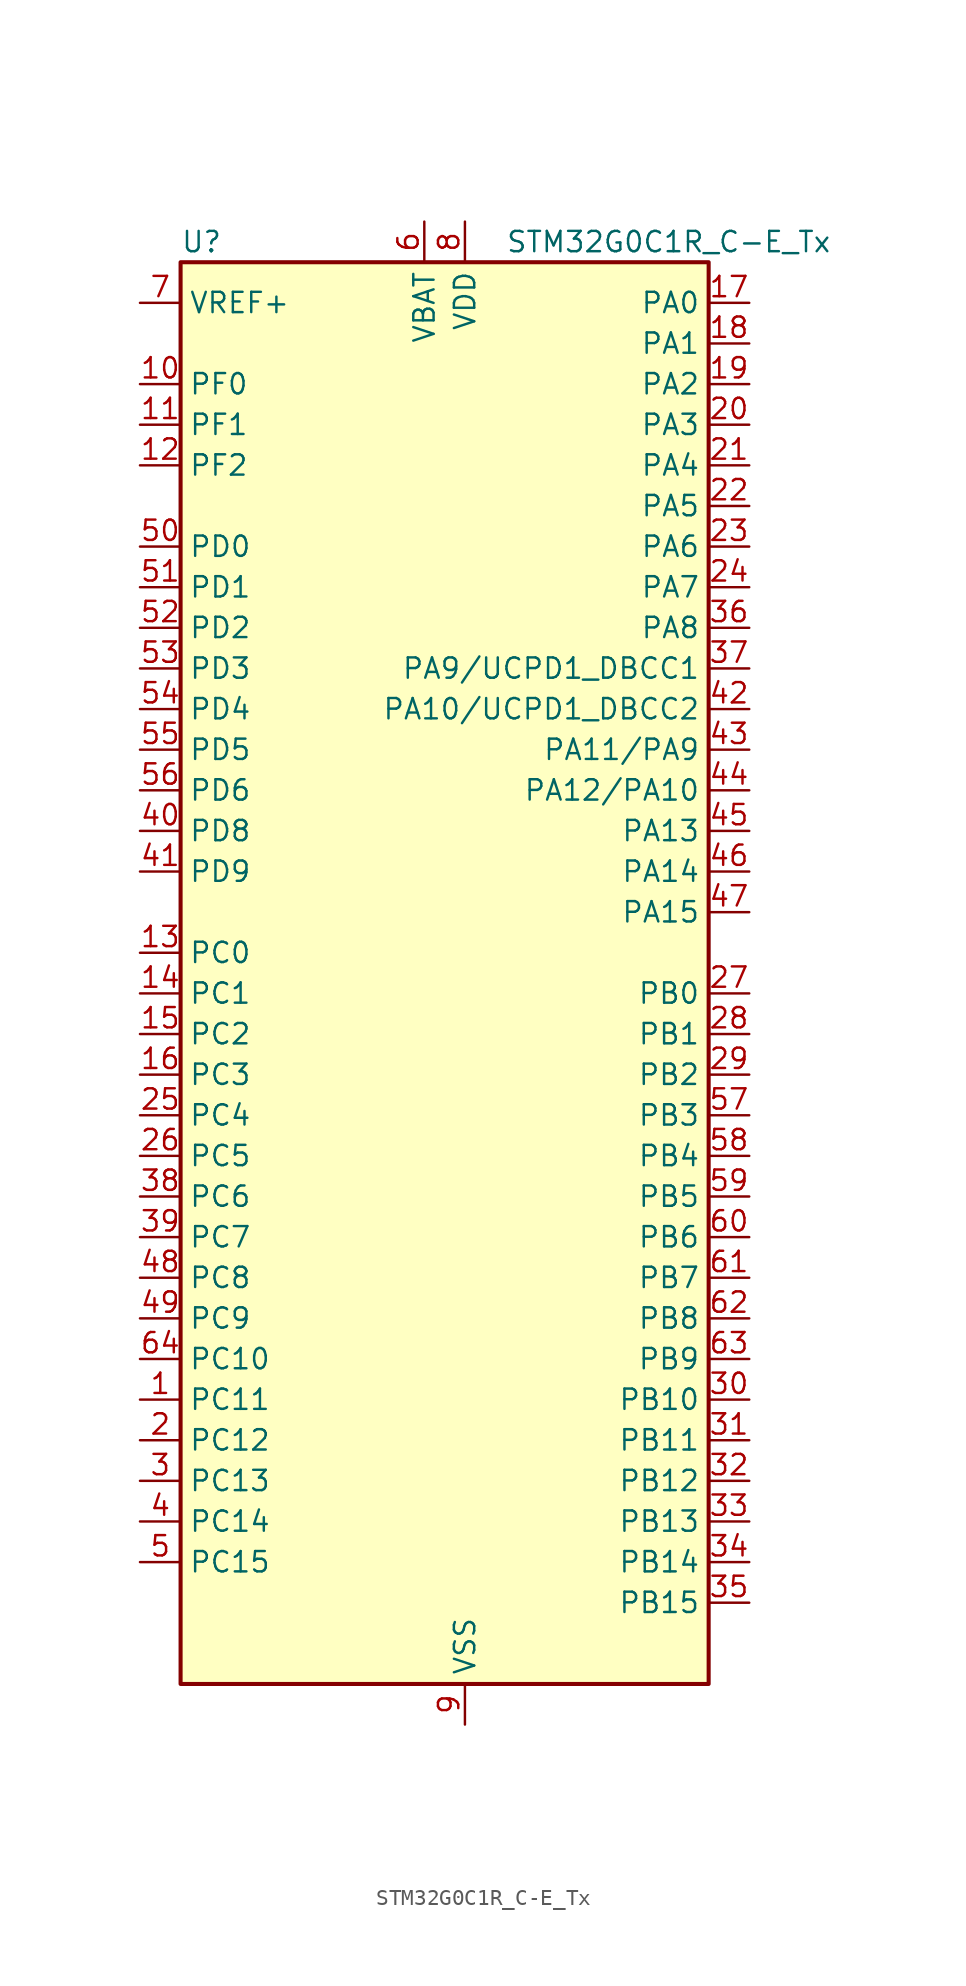
<source format=kicad_sym>
(kicad_symbol_lib
  (version 20220914)
  (generator kicad_symbol_editor)
  (symbol "STM32G0C1R_C-E_Tx"
    (property "Reference" "U"
      (at -15.24 46.99 0)
      (effects (font (size 1.27 1.27)) (justify left)))
    (property "Value" "STM32G0C1R_C-E_Tx"
      (at 5.08 46.99 0)
      (effects (font (size 1.27 1.27)) (justify left)))
    (property "ki_locked" ""
      (at 0 0 0)
      (effects (font (size 1.27 1.27))))
    (symbol "STM32G0C1R_C-E_Tx_0_1"
      (rectangle (start -15.24 -43.18) (end 17.78 45.72) (stroke (width 0.254) (type default)) (fill (type background))))
    (symbol "STM32G0C1R_C-E_Tx_1_1"
      (pin bidirectional line (at -17.78 -25.4 0) (length 2.54) (name "PC11" (effects (font (size 1.27 1.27)))) (number "1" (effects (font (size 1.27 1.27)))) (alternate "ADC1_EXTI11" bidirectional line) (alternate "SPI3_MISO" bidirectional line) (alternate "TIM1_CH4" bidirectional line) (alternate "USART3_RX" bidirectional line) (alternate "USART4_RX" bidirectional line))
      (pin bidirectional line (at -17.78 38.1 0) (length 2.54) (name "PF0" (effects (font (size 1.27 1.27)))) (number "10" (effects (font (size 1.27 1.27)))) (alternate "CRS1_SYNC" bidirectional line) (alternate "RCC_OSC_IN" bidirectional line) (alternate "TIM14_CH1" bidirectional line))
      (pin bidirectional line (at -17.78 35.56 0) (length 2.54) (name "PF1" (effects (font (size 1.27 1.27)))) (number "11" (effects (font (size 1.27 1.27)))) (alternate "RCC_OSC_EN" bidirectional line) (alternate "RCC_OSC_OUT" bidirectional line) (alternate "TIM15_CH1N" bidirectional line))
      (pin bidirectional line (at -17.78 33.02 0) (length 2.54) (name "PF2" (effects (font (size 1.27 1.27)))) (number "12" (effects (font (size 1.27 1.27)))) (alternate "LPUART2_DE" bidirectional line) (alternate "LPUART2_RTS" bidirectional line) (alternate "LPUART2_TX" bidirectional line) (alternate "RCC_MCO" bidirectional line))
      (pin bidirectional line (at -17.78 2.54 0) (length 2.54) (name "PC0" (effects (font (size 1.27 1.27)))) (number "13" (effects (font (size 1.27 1.27)))) (alternate "COMP3_INM" bidirectional line) (alternate "COMP3_OUT" bidirectional line) (alternate "I2C3_SCL" bidirectional line) (alternate "LPTIM1_IN1" bidirectional line) (alternate "LPTIM2_IN1" bidirectional line) (alternate "LPUART1_RX" bidirectional line) (alternate "LPUART2_TX" bidirectional line) (alternate "USART6_TX" bidirectional line))
      (pin bidirectional line (at -17.78 0 0) (length 2.54) (name "PC1" (effects (font (size 1.27 1.27)))) (number "14" (effects (font (size 1.27 1.27)))) (alternate "COMP3_INP" bidirectional line) (alternate "I2C3_SDA" bidirectional line) (alternate "LPTIM1_OUT" bidirectional line) (alternate "LPUART1_TX" bidirectional line) (alternate "LPUART2_RX" bidirectional line) (alternate "TIM15_CH1" bidirectional line) (alternate "USART6_RX" bidirectional line))
      (pin bidirectional line (at -17.78 -2.54 0) (length 2.54) (name "PC2" (effects (font (size 1.27 1.27)))) (number "15" (effects (font (size 1.27 1.27)))) (alternate "COMP3_OUT" bidirectional line) (alternate "FDCAN2_RX" bidirectional line) (alternate "I2S2_MCK" bidirectional line) (alternate "LPTIM1_IN2" bidirectional line) (alternate "SPI2_MISO" bidirectional line) (alternate "TIM15_CH2" bidirectional line))
      (pin bidirectional line (at -17.78 -5.08 0) (length 2.54) (name "PC3" (effects (font (size 1.27 1.27)))) (number "16" (effects (font (size 1.27 1.27)))) (alternate "FDCAN2_TX" bidirectional line) (alternate "I2S2_SD" bidirectional line) (alternate "LPTIM1_ETR" bidirectional line) (alternate "LPTIM2_ETR" bidirectional line) (alternate "SPI2_MOSI" bidirectional line))
      (pin bidirectional line (at 20.32 43.18 180) (length 2.54) (name "PA0" (effects (font (size 1.27 1.27)))) (number "17" (effects (font (size 1.27 1.27)))) (alternate "ADC1_IN0" bidirectional line) (alternate "COMP1_INM" bidirectional line) (alternate "COMP1_OUT" bidirectional line) (alternate "I2S2_CK" bidirectional line) (alternate "LPTIM1_OUT" bidirectional line) (alternate "RTC_TAMP_IN2" bidirectional line) (alternate "SPI2_SCK" bidirectional line) (alternate "SYS_WKUP1" bidirectional line) (alternate "TIM2_CH1" bidirectional line) (alternate "TIM2_ETR" bidirectional line) (alternate "UCPD2_FRSTX1" bidirectional line) (alternate "UCPD2_FRSTX2" bidirectional line) (alternate "USART2_CTS" bidirectional line) (alternate "USART2_NSS" bidirectional line) (alternate "USART4_TX" bidirectional line))
      (pin bidirectional line (at 20.32 40.64 180) (length 2.54) (name "PA1" (effects (font (size 1.27 1.27)))) (number "18" (effects (font (size 1.27 1.27)))) (alternate "ADC1_IN1" bidirectional line) (alternate "COMP1_INP" bidirectional line) (alternate "I2C1_SMBA" bidirectional line) (alternate "I2S1_CK" bidirectional line) (alternate "SPI1_SCK" bidirectional line) (alternate "TIM15_CH1N" bidirectional line) (alternate "TIM2_CH2" bidirectional line) (alternate "USART2_CK" bidirectional line) (alternate "USART2_DE" bidirectional line) (alternate "USART2_RTS" bidirectional line) (alternate "USART4_RX" bidirectional line))
      (pin bidirectional line (at 20.32 38.1 180) (length 2.54) (name "PA2" (effects (font (size 1.27 1.27)))) (number "19" (effects (font (size 1.27 1.27)))) (alternate "ADC1_IN2" bidirectional line) (alternate "COMP2_INM" bidirectional line) (alternate "COMP2_OUT" bidirectional line) (alternate "I2S1_SD" bidirectional line) (alternate "LPUART1_TX" bidirectional line) (alternate "RCC_LSCO" bidirectional line) (alternate "SPI1_MOSI" bidirectional line) (alternate "SYS_WKUP4" bidirectional line) (alternate "TIM15_CH1" bidirectional line) (alternate "TIM2_CH3" bidirectional line) (alternate "UCPD1_FRSTX1" bidirectional line) (alternate "UCPD1_FRSTX2" bidirectional line) (alternate "USART2_TX" bidirectional line))
      (pin bidirectional line (at -17.78 -27.94 0) (length 2.54) (name "PC12" (effects (font (size 1.27 1.27)))) (number "2" (effects (font (size 1.27 1.27)))) (alternate "LPTIM1_IN1" bidirectional line) (alternate "SPI3_MOSI" bidirectional line) (alternate "TIM14_CH1" bidirectional line) (alternate "UCPD1_FRSTX1" bidirectional line) (alternate "UCPD1_FRSTX2" bidirectional line) (alternate "USART5_TX" bidirectional line))
      (pin bidirectional line (at 20.32 35.56 180) (length 2.54) (name "PA3" (effects (font (size 1.27 1.27)))) (number "20" (effects (font (size 1.27 1.27)))) (alternate "ADC1_IN3" bidirectional line) (alternate "COMP2_INP" bidirectional line) (alternate "I2S2_MCK" bidirectional line) (alternate "LPUART1_RX" bidirectional line) (alternate "SPI2_MISO" bidirectional line) (alternate "TIM15_CH2" bidirectional line) (alternate "TIM2_CH4" bidirectional line) (alternate "UCPD2_FRSTX1" bidirectional line) (alternate "UCPD2_FRSTX2" bidirectional line) (alternate "USART2_RX" bidirectional line))
      (pin bidirectional line (at 20.32 33.02 180) (length 2.54) (name "PA4" (effects (font (size 1.27 1.27)))) (number "21" (effects (font (size 1.27 1.27)))) (alternate "ADC1_IN4" bidirectional line) (alternate "DAC1_OUT1" bidirectional line) (alternate "I2S1_WS" bidirectional line) (alternate "I2S2_SD" bidirectional line) (alternate "LPTIM2_OUT" bidirectional line) (alternate "RTC_OUT2" bidirectional line) (alternate "SPI1_NSS" bidirectional line) (alternate "SPI2_MOSI" bidirectional line) (alternate "SPI3_NSS" bidirectional line) (alternate "TIM14_CH1" bidirectional line) (alternate "UCPD2_FRSTX1" bidirectional line) (alternate "UCPD2_FRSTX2" bidirectional line) (alternate "USART6_TX" bidirectional line) (alternate "USB_NOE" bidirectional line))
      (pin bidirectional line (at 20.32 30.48 180) (length 2.54) (name "PA5" (effects (font (size 1.27 1.27)))) (number "22" (effects (font (size 1.27 1.27)))) (alternate "ADC1_IN5" bidirectional line) (alternate "CEC" bidirectional line) (alternate "DAC1_OUT2" bidirectional line) (alternate "I2S1_CK" bidirectional line) (alternate "LPTIM2_ETR" bidirectional line) (alternate "SPI1_SCK" bidirectional line) (alternate "TIM2_CH1" bidirectional line) (alternate "TIM2_ETR" bidirectional line) (alternate "UCPD1_FRSTX1" bidirectional line) (alternate "UCPD1_FRSTX2" bidirectional line) (alternate "USART3_TX" bidirectional line) (alternate "USART6_RX" bidirectional line))
      (pin bidirectional line (at 20.32 27.94 180) (length 2.54) (name "PA6" (effects (font (size 1.27 1.27)))) (number "23" (effects (font (size 1.27 1.27)))) (alternate "ADC1_IN6" bidirectional line) (alternate "COMP1_OUT" bidirectional line) (alternate "I2C2_SDA" bidirectional line) (alternate "I2C3_SDA" bidirectional line) (alternate "I2S1_MCK" bidirectional line) (alternate "LPUART1_CTS" bidirectional line) (alternate "SPI1_MISO" bidirectional line) (alternate "TIM16_CH1" bidirectional line) (alternate "TIM1_BK" bidirectional line) (alternate "TIM3_CH1" bidirectional line) (alternate "USART3_CTS" bidirectional line) (alternate "USART3_NSS" bidirectional line) (alternate "USART6_CTS" bidirectional line) (alternate "USART6_NSS" bidirectional line))
      (pin bidirectional line (at 20.32 25.4 180) (length 2.54) (name "PA7" (effects (font (size 1.27 1.27)))) (number "24" (effects (font (size 1.27 1.27)))) (alternate "ADC1_IN7" bidirectional line) (alternate "COMP2_OUT" bidirectional line) (alternate "I2C2_SCL" bidirectional line) (alternate "I2C3_SCL" bidirectional line) (alternate "I2S1_SD" bidirectional line) (alternate "SPI1_MOSI" bidirectional line) (alternate "TIM14_CH1" bidirectional line) (alternate "TIM17_CH1" bidirectional line) (alternate "TIM1_CH1N" bidirectional line) (alternate "TIM3_CH2" bidirectional line) (alternate "UCPD1_FRSTX1" bidirectional line) (alternate "UCPD1_FRSTX2" bidirectional line) (alternate "USART6_CK" bidirectional line) (alternate "USART6_DE" bidirectional line) (alternate "USART6_RTS" bidirectional line))
      (pin bidirectional line (at -17.78 -7.62 0) (length 2.54) (name "PC4" (effects (font (size 1.27 1.27)))) (number "25" (effects (font (size 1.27 1.27)))) (alternate "ADC1_IN17" bidirectional line) (alternate "COMP1_INM" bidirectional line) (alternate "FDCAN1_RX" bidirectional line) (alternate "TIM2_CH1" bidirectional line) (alternate "TIM2_ETR" bidirectional line) (alternate "USART1_TX" bidirectional line) (alternate "USART3_TX" bidirectional line))
      (pin bidirectional line (at -17.78 -10.16 0) (length 2.54) (name "PC5" (effects (font (size 1.27 1.27)))) (number "26" (effects (font (size 1.27 1.27)))) (alternate "ADC1_IN18" bidirectional line) (alternate "COMP1_INP" bidirectional line) (alternate "FDCAN1_TX" bidirectional line) (alternate "SYS_WKUP5" bidirectional line) (alternate "TIM2_CH2" bidirectional line) (alternate "USART1_RX" bidirectional line) (alternate "USART3_RX" bidirectional line))
      (pin bidirectional line (at 20.32 0 180) (length 2.54) (name "PB0" (effects (font (size 1.27 1.27)))) (number "27" (effects (font (size 1.27 1.27)))) (alternate "ADC1_IN8" bidirectional line) (alternate "COMP1_OUT" bidirectional line) (alternate "COMP3_INP" bidirectional line) (alternate "FDCAN2_RX" bidirectional line) (alternate "I2S1_WS" bidirectional line) (alternate "LPTIM1_OUT" bidirectional line) (alternate "LPUART2_CTS" bidirectional line) (alternate "SPI1_NSS" bidirectional line) (alternate "TIM1_CH2N" bidirectional line) (alternate "TIM3_CH3" bidirectional line) (alternate "UCPD1_FRSTX1" bidirectional line) (alternate "UCPD1_FRSTX2" bidirectional line) (alternate "USART3_RX" bidirectional line) (alternate "USART5_TX" bidirectional line))
      (pin bidirectional line (at 20.32 -2.54 180) (length 2.54) (name "PB1" (effects (font (size 1.27 1.27)))) (number "28" (effects (font (size 1.27 1.27)))) (alternate "ADC1_IN9" bidirectional line) (alternate "COMP1_INM" bidirectional line) (alternate "COMP3_OUT" bidirectional line) (alternate "FDCAN2_TX" bidirectional line) (alternate "LPTIM2_IN1" bidirectional line) (alternate "LPUART1_DE" bidirectional line) (alternate "LPUART1_RTS" bidirectional line) (alternate "LPUART2_DE" bidirectional line) (alternate "LPUART2_RTS" bidirectional line) (alternate "TIM14_CH1" bidirectional line) (alternate "TIM1_CH3N" bidirectional line) (alternate "TIM3_CH4" bidirectional line) (alternate "USART3_CK" bidirectional line) (alternate "USART3_DE" bidirectional line) (alternate "USART3_RTS" bidirectional line) (alternate "USART5_RX" bidirectional line))
      (pin bidirectional line (at 20.32 -5.08 180) (length 2.54) (name "PB2" (effects (font (size 1.27 1.27)))) (number "29" (effects (font (size 1.27 1.27)))) (alternate "ADC1_IN10" bidirectional line) (alternate "COMP1_INP" bidirectional line) (alternate "COMP3_INM" bidirectional line) (alternate "I2S2_MCK" bidirectional line) (alternate "LPTIM1_OUT" bidirectional line) (alternate "RCC_MCO_2" bidirectional line) (alternate "SPI2_MISO" bidirectional line) (alternate "USART3_TX" bidirectional line))
      (pin bidirectional line (at -17.78 -30.48 0) (length 2.54) (name "PC13" (effects (font (size 1.27 1.27)))) (number "3" (effects (font (size 1.27 1.27)))) (alternate "RTC_OUT1" bidirectional line) (alternate "RTC_TAMP_IN1" bidirectional line) (alternate "RTC_TS" bidirectional line) (alternate "SYS_WKUP2" bidirectional line) (alternate "TIM1_BK" bidirectional line))
      (pin bidirectional line (at 20.32 -25.4 180) (length 2.54) (name "PB10" (effects (font (size 1.27 1.27)))) (number "30" (effects (font (size 1.27 1.27)))) (alternate "ADC1_IN11" bidirectional line) (alternate "CEC" bidirectional line) (alternate "COMP1_OUT" bidirectional line) (alternate "I2C2_SCL" bidirectional line) (alternate "I2S2_CK" bidirectional line) (alternate "LPUART1_RX" bidirectional line) (alternate "SPI2_SCK" bidirectional line) (alternate "TIM2_CH3" bidirectional line) (alternate "USART3_TX" bidirectional line))
      (pin bidirectional line (at 20.32 -27.94 180) (length 2.54) (name "PB11" (effects (font (size 1.27 1.27)))) (number "31" (effects (font (size 1.27 1.27)))) (alternate "ADC1_EXTI11" bidirectional line) (alternate "ADC1_IN15" bidirectional line) (alternate "COMP2_OUT" bidirectional line) (alternate "I2C2_SDA" bidirectional line) (alternate "I2S2_SD" bidirectional line) (alternate "LPUART1_TX" bidirectional line) (alternate "SPI2_MOSI" bidirectional line) (alternate "TIM2_CH4" bidirectional line) (alternate "USART3_RX" bidirectional line))
      (pin bidirectional line (at 20.32 -30.48 180) (length 2.54) (name "PB12" (effects (font (size 1.27 1.27)))) (number "32" (effects (font (size 1.27 1.27)))) (alternate "ADC1_IN16" bidirectional line) (alternate "FDCAN2_RX" bidirectional line) (alternate "I2C2_SMBA" bidirectional line) (alternate "I2S2_WS" bidirectional line) (alternate "LPUART1_DE" bidirectional line) (alternate "LPUART1_RTS" bidirectional line) (alternate "SPI2_NSS" bidirectional line) (alternate "TIM15_BK" bidirectional line) (alternate "TIM1_BK" bidirectional line) (alternate "UCPD2_FRSTX1" bidirectional line) (alternate "UCPD2_FRSTX2" bidirectional line))
      (pin bidirectional line (at 20.32 -33.02 180) (length 2.54) (name "PB13" (effects (font (size 1.27 1.27)))) (number "33" (effects (font (size 1.27 1.27)))) (alternate "FDCAN2_TX" bidirectional line) (alternate "I2C2_SCL" bidirectional line) (alternate "I2S2_CK" bidirectional line) (alternate "LPUART1_CTS" bidirectional line) (alternate "SPI2_SCK" bidirectional line) (alternate "TIM15_CH1N" bidirectional line) (alternate "TIM1_CH1N" bidirectional line) (alternate "USART3_CTS" bidirectional line) (alternate "USART3_NSS" bidirectional line))
      (pin bidirectional line (at 20.32 -35.56 180) (length 2.54) (name "PB14" (effects (font (size 1.27 1.27)))) (number "34" (effects (font (size 1.27 1.27)))) (alternate "I2C2_SDA" bidirectional line) (alternate "I2S2_MCK" bidirectional line) (alternate "SPI2_MISO" bidirectional line) (alternate "TIM15_CH1" bidirectional line) (alternate "TIM1_CH2N" bidirectional line) (alternate "UCPD1_FRSTX1" bidirectional line) (alternate "UCPD1_FRSTX2" bidirectional line) (alternate "USART3_CK" bidirectional line) (alternate "USART3_DE" bidirectional line) (alternate "USART3_RTS" bidirectional line) (alternate "USART6_CK" bidirectional line) (alternate "USART6_DE" bidirectional line) (alternate "USART6_RTS" bidirectional line))
      (pin bidirectional line (at 20.32 -38.1 180) (length 2.54) (name "PB15" (effects (font (size 1.27 1.27)))) (number "35" (effects (font (size 1.27 1.27)))) (alternate "I2S2_SD" bidirectional line) (alternate "RTC_REFIN" bidirectional line) (alternate "SPI2_MOSI" bidirectional line) (alternate "TIM15_CH1N" bidirectional line) (alternate "TIM15_CH2" bidirectional line) (alternate "TIM1_CH3N" bidirectional line) (alternate "UCPD1_CC2" bidirectional line) (alternate "USART6_CTS" bidirectional line) (alternate "USART6_NSS" bidirectional line))
      (pin bidirectional line (at 20.32 22.86 180) (length 2.54) (name "PA8" (effects (font (size 1.27 1.27)))) (number "36" (effects (font (size 1.27 1.27)))) (alternate "CRS1_SYNC" bidirectional line) (alternate "I2C2_SMBA" bidirectional line) (alternate "I2S2_WS" bidirectional line) (alternate "LPTIM2_OUT" bidirectional line) (alternate "RCC_MCO" bidirectional line) (alternate "SPI2_NSS" bidirectional line) (alternate "TIM1_CH1" bidirectional line) (alternate "UCPD1_CC1" bidirectional line))
      (pin bidirectional line (at 20.32 20.32 180) (length 2.54) (name "PA9/UCPD1_DBCC1" (effects (font (size 1.27 1.27)))) (number "37" (effects (font (size 1.27 1.27)))) (alternate "DAC1_EXTI9" bidirectional line) (alternate "I2C1_SCL" bidirectional line) (alternate "I2C2_SCL" bidirectional line) (alternate "I2S2_MCK" bidirectional line) (alternate "RCC_MCO" bidirectional line) (alternate "SPI2_MISO" bidirectional line) (alternate "TIM15_BK" bidirectional line) (alternate "TIM1_CH2" bidirectional line) (alternate "UCPD1_DBCC1" bidirectional line) (alternate "USART1_TX" bidirectional line))
      (pin bidirectional line (at -17.78 -12.7 0) (length 2.54) (name "PC6" (effects (font (size 1.27 1.27)))) (number "38" (effects (font (size 1.27 1.27)))) (alternate "LPUART2_TX" bidirectional line) (alternate "TIM2_CH3" bidirectional line) (alternate "TIM3_CH1" bidirectional line) (alternate "UCPD1_FRSTX1" bidirectional line) (alternate "UCPD1_FRSTX2" bidirectional line))
      (pin bidirectional line (at -17.78 -15.24 0) (length 2.54) (name "PC7" (effects (font (size 1.27 1.27)))) (number "39" (effects (font (size 1.27 1.27)))) (alternate "LPUART2_RX" bidirectional line) (alternate "TIM2_CH4" bidirectional line) (alternate "TIM3_CH2" bidirectional line) (alternate "UCPD2_FRSTX1" bidirectional line) (alternate "UCPD2_FRSTX2" bidirectional line))
      (pin bidirectional line (at -17.78 -33.02 0) (length 2.54) (name "PC14" (effects (font (size 1.27 1.27)))) (number "4" (effects (font (size 1.27 1.27)))) (alternate "RCC_OSC32_IN" bidirectional line) (alternate "TIM1_BK2" bidirectional line))
      (pin bidirectional line (at -17.78 10.16 0) (length 2.54) (name "PD8" (effects (font (size 1.27 1.27)))) (number "40" (effects (font (size 1.27 1.27)))) (alternate "I2S1_CK" bidirectional line) (alternate "LPTIM1_OUT" bidirectional line) (alternate "SPI1_SCK" bidirectional line) (alternate "USART3_TX" bidirectional line))
      (pin bidirectional line (at -17.78 7.62 0) (length 2.54) (name "PD9" (effects (font (size 1.27 1.27)))) (number "41" (effects (font (size 1.27 1.27)))) (alternate "DAC1_EXTI9" bidirectional line) (alternate "I2S1_WS" bidirectional line) (alternate "SPI1_NSS" bidirectional line) (alternate "TIM1_BK2" bidirectional line) (alternate "USART3_RX" bidirectional line))
      (pin bidirectional line (at 20.32 17.78 180) (length 2.54) (name "PA10/UCPD1_DBCC2" (effects (font (size 1.27 1.27)))) (number "42" (effects (font (size 1.27 1.27)))) (alternate "I2C1_SDA" bidirectional line) (alternate "I2C2_SDA" bidirectional line) (alternate "I2S2_SD" bidirectional line) (alternate "RCC_MCO_2" bidirectional line) (alternate "SPI2_MOSI" bidirectional line) (alternate "TIM17_BK" bidirectional line) (alternate "TIM1_CH3" bidirectional line) (alternate "UCPD1_DBCC2" bidirectional line) (alternate "USART1_RX" bidirectional line))
      (pin bidirectional line (at 20.32 15.24 180) (length 2.54) (name "PA11/PA9" (effects (font (size 1.27 1.27)))) (number "43" (effects (font (size 1.27 1.27)))) (alternate "ADC1_EXTI11" bidirectional line) (alternate "COMP1_OUT" bidirectional line) (alternate "FDCAN1_RX" bidirectional line) (alternate "I2C2_SCL" bidirectional line) (alternate "I2S1_MCK" bidirectional line) (alternate "SPI1_MISO" bidirectional line) (alternate "TIM1_BK2" bidirectional line) (alternate "TIM1_CH4" bidirectional line) (alternate "USART1_CTS" bidirectional line) (alternate "USART1_NSS" bidirectional line) (alternate "USB_DM" bidirectional line))
      (pin bidirectional line (at 20.32 12.7 180) (length 2.54) (name "PA12/PA10" (effects (font (size 1.27 1.27)))) (number "44" (effects (font (size 1.27 1.27)))) (alternate "COMP2_OUT" bidirectional line) (alternate "FDCAN1_TX" bidirectional line) (alternate "I2C2_SDA" bidirectional line) (alternate "I2S1_SD" bidirectional line) (alternate "I2S_CKIN" bidirectional line) (alternate "SPI1_MOSI" bidirectional line) (alternate "TIM1_ETR" bidirectional line) (alternate "USART1_CK" bidirectional line) (alternate "USART1_DE" bidirectional line) (alternate "USART1_RTS" bidirectional line) (alternate "USB_DP" bidirectional line))
      (pin bidirectional line (at 20.32 10.16 180) (length 2.54) (name "PA13" (effects (font (size 1.27 1.27)))) (number "45" (effects (font (size 1.27 1.27)))) (alternate "IR_OUT" bidirectional line) (alternate "LPUART2_RX" bidirectional line) (alternate "SYS_SWDIO" bidirectional line) (alternate "USB_NOE" bidirectional line))
      (pin bidirectional line (at 20.32 7.62 180) (length 2.54) (name "PA14" (effects (font (size 1.27 1.27)))) (number "46" (effects (font (size 1.27 1.27)))) (alternate "LPUART2_TX" bidirectional line) (alternate "SYS_SWCLK" bidirectional line) (alternate "USART2_TX" bidirectional line))
      (pin bidirectional line (at 20.32 5.08 180) (length 2.54) (name "PA15" (effects (font (size 1.27 1.27)))) (number "47" (effects (font (size 1.27 1.27)))) (alternate "I2C2_SMBA" bidirectional line) (alternate "I2S1_WS" bidirectional line) (alternate "RCC_MCO_2" bidirectional line) (alternate "SPI1_NSS" bidirectional line) (alternate "SPI3_NSS" bidirectional line) (alternate "TIM2_CH1" bidirectional line) (alternate "TIM2_ETR" bidirectional line) (alternate "USART2_RX" bidirectional line) (alternate "USART3_CK" bidirectional line) (alternate "USART3_DE" bidirectional line) (alternate "USART3_RTS" bidirectional line) (alternate "USART4_CK" bidirectional line) (alternate "USART4_DE" bidirectional line) (alternate "USART4_RTS" bidirectional line) (alternate "USB_NOE" bidirectional line))
      (pin bidirectional line (at -17.78 -17.78 0) (length 2.54) (name "PC8" (effects (font (size 1.27 1.27)))) (number "48" (effects (font (size 1.27 1.27)))) (alternate "LPUART2_CTS" bidirectional line) (alternate "TIM1_CH1" bidirectional line) (alternate "TIM3_CH3" bidirectional line) (alternate "UCPD2_FRSTX1" bidirectional line) (alternate "UCPD2_FRSTX2" bidirectional line))
      (pin bidirectional line (at -17.78 -20.32 0) (length 2.54) (name "PC9" (effects (font (size 1.27 1.27)))) (number "49" (effects (font (size 1.27 1.27)))) (alternate "DAC1_EXTI9" bidirectional line) (alternate "I2S_CKIN" bidirectional line) (alternate "LPUART2_DE" bidirectional line) (alternate "LPUART2_RTS" bidirectional line) (alternate "TIM1_CH2" bidirectional line) (alternate "TIM3_CH4" bidirectional line) (alternate "USB_NOE" bidirectional line))
      (pin bidirectional line (at -17.78 -35.56 0) (length 2.54) (name "PC15" (effects (font (size 1.27 1.27)))) (number "5" (effects (font (size 1.27 1.27)))) (alternate "RCC_OSC32_EN" bidirectional line) (alternate "RCC_OSC32_OUT" bidirectional line) (alternate "RCC_OSC_EN" bidirectional line) (alternate "TIM15_BK" bidirectional line))
      (pin bidirectional line (at -17.78 27.94 0) (length 2.54) (name "PD0" (effects (font (size 1.27 1.27)))) (number "50" (effects (font (size 1.27 1.27)))) (alternate "FDCAN1_RX" bidirectional line) (alternate "I2S2_WS" bidirectional line) (alternate "SPI2_NSS" bidirectional line) (alternate "TIM16_CH1" bidirectional line) (alternate "UCPD2_CC1" bidirectional line))
      (pin bidirectional line (at -17.78 25.4 0) (length 2.54) (name "PD1" (effects (font (size 1.27 1.27)))) (number "51" (effects (font (size 1.27 1.27)))) (alternate "FDCAN1_TX" bidirectional line) (alternate "I2S2_CK" bidirectional line) (alternate "SPI2_SCK" bidirectional line) (alternate "TIM17_CH1" bidirectional line) (alternate "UCPD2_DBCC1" bidirectional line))
      (pin bidirectional line (at -17.78 22.86 0) (length 2.54) (name "PD2" (effects (font (size 1.27 1.27)))) (number "52" (effects (font (size 1.27 1.27)))) (alternate "TIM1_CH1N" bidirectional line) (alternate "TIM3_ETR" bidirectional line) (alternate "UCPD2_CC2" bidirectional line) (alternate "USART3_CK" bidirectional line) (alternate "USART3_DE" bidirectional line) (alternate "USART3_RTS" bidirectional line) (alternate "USART5_RX" bidirectional line))
      (pin bidirectional line (at -17.78 20.32 0) (length 2.54) (name "PD3" (effects (font (size 1.27 1.27)))) (number "53" (effects (font (size 1.27 1.27)))) (alternate "I2S2_MCK" bidirectional line) (alternate "SPI2_MISO" bidirectional line) (alternate "TIM1_CH2N" bidirectional line) (alternate "UCPD2_DBCC2" bidirectional line) (alternate "USART2_CTS" bidirectional line) (alternate "USART2_NSS" bidirectional line) (alternate "USART5_TX" bidirectional line))
      (pin bidirectional line (at -17.78 17.78 0) (length 2.54) (name "PD4" (effects (font (size 1.27 1.27)))) (number "54" (effects (font (size 1.27 1.27)))) (alternate "I2S2_SD" bidirectional line) (alternate "SPI2_MOSI" bidirectional line) (alternate "TIM1_CH3N" bidirectional line) (alternate "USART2_CK" bidirectional line) (alternate "USART2_DE" bidirectional line) (alternate "USART2_RTS" bidirectional line) (alternate "USART5_CK" bidirectional line) (alternate "USART5_DE" bidirectional line) (alternate "USART5_RTS" bidirectional line))
      (pin bidirectional line (at -17.78 15.24 0) (length 2.54) (name "PD5" (effects (font (size 1.27 1.27)))) (number "55" (effects (font (size 1.27 1.27)))) (alternate "I2S1_MCK" bidirectional line) (alternate "SPI1_MISO" bidirectional line) (alternate "TIM1_BK" bidirectional line) (alternate "USART2_TX" bidirectional line) (alternate "USART5_CTS" bidirectional line) (alternate "USART5_NSS" bidirectional line))
      (pin bidirectional line (at -17.78 12.7 0) (length 2.54) (name "PD6" (effects (font (size 1.27 1.27)))) (number "56" (effects (font (size 1.27 1.27)))) (alternate "I2S1_SD" bidirectional line) (alternate "LPTIM2_OUT" bidirectional line) (alternate "SPI1_MOSI" bidirectional line) (alternate "USART2_RX" bidirectional line))
      (pin bidirectional line (at 20.32 -7.62 180) (length 2.54) (name "PB3" (effects (font (size 1.27 1.27)))) (number "57" (effects (font (size 1.27 1.27)))) (alternate "COMP2_INM" bidirectional line) (alternate "I2C2_SCL" bidirectional line) (alternate "I2C3_SCL" bidirectional line) (alternate "I2S1_CK" bidirectional line) (alternate "SPI1_SCK" bidirectional line) (alternate "SPI3_SCK" bidirectional line) (alternate "TIM1_CH2" bidirectional line) (alternate "TIM2_CH2" bidirectional line) (alternate "USART1_CK" bidirectional line) (alternate "USART1_DE" bidirectional line) (alternate "USART1_RTS" bidirectional line) (alternate "USART5_TX" bidirectional line))
      (pin bidirectional line (at 20.32 -10.16 180) (length 2.54) (name "PB4" (effects (font (size 1.27 1.27)))) (number "58" (effects (font (size 1.27 1.27)))) (alternate "COMP2_INP" bidirectional line) (alternate "I2C2_SDA" bidirectional line) (alternate "I2C3_SDA" bidirectional line) (alternate "I2S1_MCK" bidirectional line) (alternate "SPI1_MISO" bidirectional line) (alternate "SPI3_MISO" bidirectional line) (alternate "TIM17_BK" bidirectional line) (alternate "TIM3_CH1" bidirectional line) (alternate "USART1_CTS" bidirectional line) (alternate "USART1_NSS" bidirectional line) (alternate "USART5_RX" bidirectional line))
      (pin bidirectional line (at 20.32 -12.7 180) (length 2.54) (name "PB5" (effects (font (size 1.27 1.27)))) (number "59" (effects (font (size 1.27 1.27)))) (alternate "COMP2_OUT" bidirectional line) (alternate "FDCAN2_RX" bidirectional line) (alternate "I2C1_SMBA" bidirectional line) (alternate "I2S1_SD" bidirectional line) (alternate "LPTIM1_IN1" bidirectional line) (alternate "SPI1_MOSI" bidirectional line) (alternate "SPI3_MOSI" bidirectional line) (alternate "SYS_WKUP6" bidirectional line) (alternate "TIM16_BK" bidirectional line) (alternate "TIM3_CH2" bidirectional line) (alternate "USART5_CK" bidirectional line) (alternate "USART5_DE" bidirectional line) (alternate "USART5_RTS" bidirectional line))
      (pin power_in line (at 0 48.26 270) (length 2.54) (name "VBAT" (effects (font (size 1.27 1.27)))) (number "6" (effects (font (size 1.27 1.27)))))
      (pin bidirectional line (at 20.32 -15.24 180) (length 2.54) (name "PB6" (effects (font (size 1.27 1.27)))) (number "60" (effects (font (size 1.27 1.27)))) (alternate "COMP2_INP" bidirectional line) (alternate "FDCAN2_TX" bidirectional line) (alternate "I2C1_SCL" bidirectional line) (alternate "I2S2_MCK" bidirectional line) (alternate "LPTIM1_ETR" bidirectional line) (alternate "LPUART2_TX" bidirectional line) (alternate "SPI2_MISO" bidirectional line) (alternate "TIM16_CH1N" bidirectional line) (alternate "TIM1_CH3" bidirectional line) (alternate "TIM4_CH1" bidirectional line) (alternate "USART1_TX" bidirectional line) (alternate "USART5_CTS" bidirectional line) (alternate "USART5_NSS" bidirectional line))
      (pin bidirectional line (at 20.32 -17.78 180) (length 2.54) (name "PB7" (effects (font (size 1.27 1.27)))) (number "61" (effects (font (size 1.27 1.27)))) (alternate "COMP2_INM" bidirectional line) (alternate "I2C1_SDA" bidirectional line) (alternate "I2S2_SD" bidirectional line) (alternate "LPTIM1_IN2" bidirectional line) (alternate "LPUART2_RX" bidirectional line) (alternate "SPI2_MOSI" bidirectional line) (alternate "SYS_PVD_IN" bidirectional line) (alternate "TIM17_CH1N" bidirectional line) (alternate "TIM4_CH2" bidirectional line) (alternate "USART1_RX" bidirectional line) (alternate "USART4_CTS" bidirectional line) (alternate "USART4_NSS" bidirectional line))
      (pin bidirectional line (at 20.32 -20.32 180) (length 2.54) (name "PB8" (effects (font (size 1.27 1.27)))) (number "62" (effects (font (size 1.27 1.27)))) (alternate "CEC" bidirectional line) (alternate "FDCAN1_RX" bidirectional line) (alternate "I2C1_SCL" bidirectional line) (alternate "I2S2_CK" bidirectional line) (alternate "SPI2_SCK" bidirectional line) (alternate "TIM15_BK" bidirectional line) (alternate "TIM16_CH1" bidirectional line) (alternate "TIM4_CH3" bidirectional line) (alternate "USART3_TX" bidirectional line) (alternate "USART6_TX" bidirectional line))
      (pin bidirectional line (at 20.32 -22.86 180) (length 2.54) (name "PB9" (effects (font (size 1.27 1.27)))) (number "63" (effects (font (size 1.27 1.27)))) (alternate "DAC1_EXTI9" bidirectional line) (alternate "FDCAN1_TX" bidirectional line) (alternate "I2C1_SDA" bidirectional line) (alternate "I2S2_WS" bidirectional line) (alternate "IR_OUT" bidirectional line) (alternate "SPI2_NSS" bidirectional line) (alternate "TIM17_CH1" bidirectional line) (alternate "TIM4_CH4" bidirectional line) (alternate "UCPD2_FRSTX1" bidirectional line) (alternate "UCPD2_FRSTX2" bidirectional line) (alternate "USART3_RX" bidirectional line) (alternate "USART6_RX" bidirectional line))
      (pin bidirectional line (at -17.78 -22.86 0) (length 2.54) (name "PC10" (effects (font (size 1.27 1.27)))) (number "64" (effects (font (size 1.27 1.27)))) (alternate "SPI3_SCK" bidirectional line) (alternate "TIM1_CH3" bidirectional line) (alternate "USART3_TX" bidirectional line) (alternate "USART4_TX" bidirectional line))
      (pin input line (at -17.78 43.18 0) (length 2.54) (name "VREF+" (effects (font (size 1.27 1.27)))) (number "7" (effects (font (size 1.27 1.27)))) (alternate "VREFBUF_OUT" bidirectional line))
      (pin power_in line (at 2.54 48.26 270) (length 2.54) (name "VDD" (effects (font (size 1.27 1.27)))) (number "8" (effects (font (size 1.27 1.27)))))
      (pin power_in line (at 2.54 -45.72 90) (length 2.54) (name "VSS" (effects (font (size 1.27 1.27)))) (number "9" (effects (font (size 1.27 1.27))))))))
</source>
